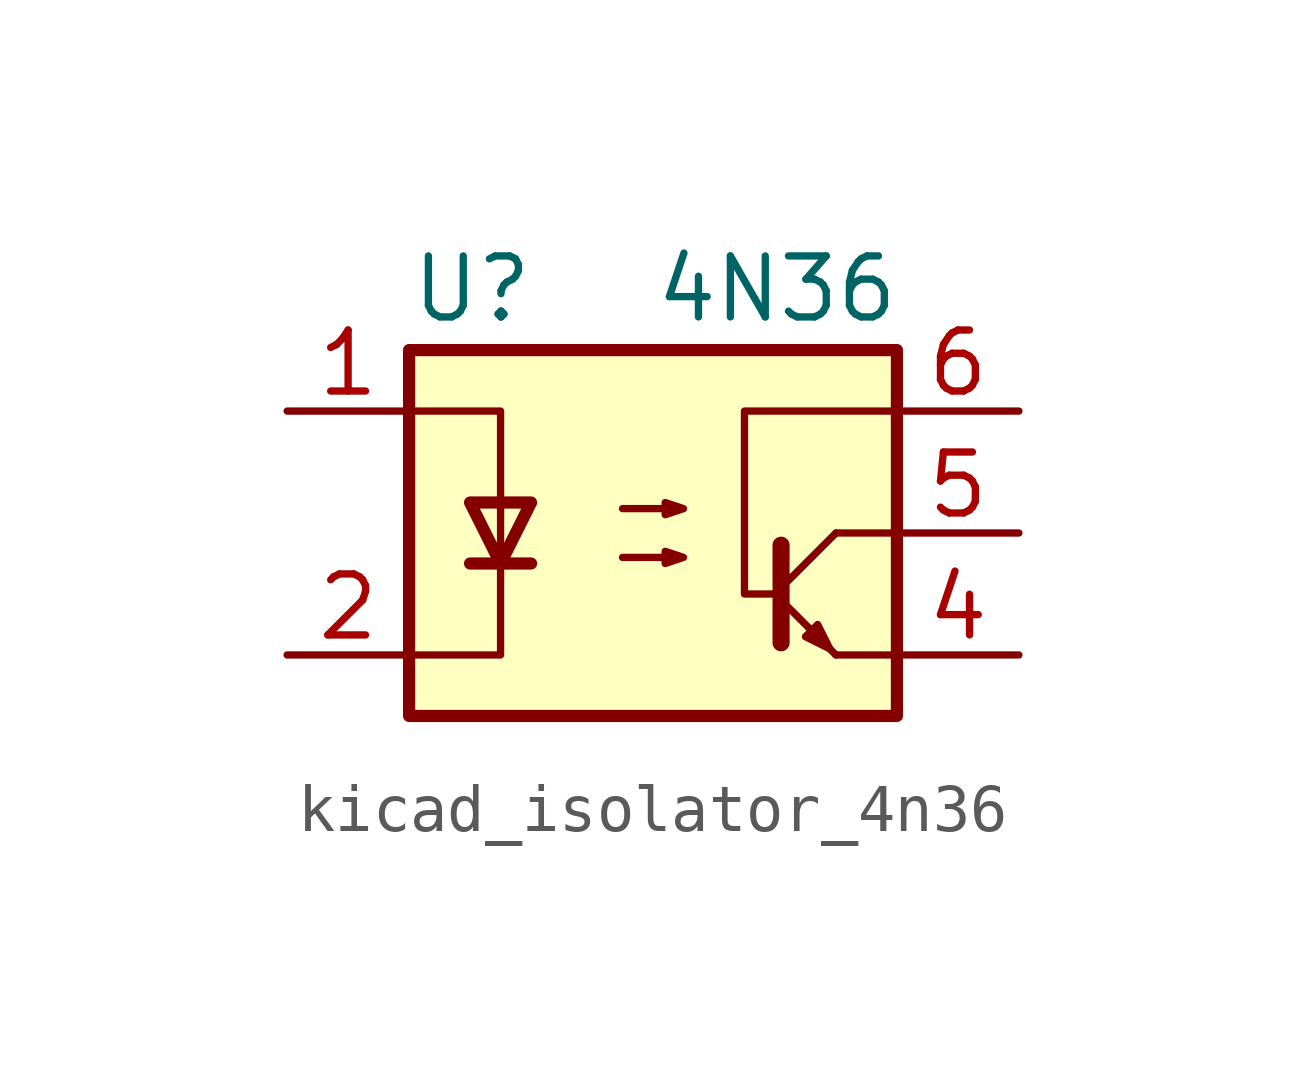
<source format=kicad_sym>
(kicad_symbol_lib
  (version 20220914)
  (generator kicad_symbol_editor)
  (symbol "kicad_isolator_4n36"
    (pin_names
      (offset 1.016))
    (property "Reference" "U"
      (at -5.08 5.08 0)
      (effects (font (size 1.27 1.27)) (justify left)))
    (property "Value" "4N36"
      (at 0 5.08 0)
      (effects (font (size 1.27 1.27)) (justify left)))
    (symbol "kicad_isolator_4n36_0_1"
      (rectangle (start -5.08 3.81) (end 5.08 -3.81) (stroke (width 0.254) (type default)) (fill (type background)))
      (polyline (pts (xy -3.81 -0.635) (xy -2.54 -0.635)) (stroke (width 0.254) (type default)) (fill (type none)))
      (polyline (pts (xy 2.667 -1.397) (xy 3.81 -2.54)) (stroke (width 0) (type default)) (fill (type none)))
      (polyline (pts (xy 2.667 -1.143) (xy 3.81 0)) (stroke (width 0) (type default)) (fill (type none)))
      (polyline (pts (xy 3.81 -2.54) (xy 5.08 -2.54)) (stroke (width 0) (type default)) (fill (type none)))
      (polyline (pts (xy 3.81 0) (xy 5.08 0)) (stroke (width 0) (type default)) (fill (type none)))
      (polyline (pts (xy 2.667 -0.254) (xy 2.667 -2.286) (xy 2.667 -2.286)) (stroke (width 0.356) (type default)) (fill (type none)))
      (polyline (pts (xy -5.08 -2.54) (xy -3.175 -2.54) (xy -3.175 2.54) (xy -5.08 2.54)) (stroke (width 0) (type default)) (fill (type none)))
      (polyline (pts (xy -3.175 -0.635) (xy -3.81 0.635) (xy -2.54 0.635) (xy -3.175 -0.635)) (stroke (width 0.254) (type default)) (fill (type none)))
      (polyline (pts (xy 3.683 -2.413) (xy 3.429 -1.905) (xy 3.175 -2.159) (xy 3.683 -2.413)) (stroke (width 0) (type default)) (fill (type none)))
      (polyline (pts (xy 5.08 2.54) (xy 1.905 2.54) (xy 1.905 -1.27) (xy 2.54 -1.27)) (stroke (width 0) (type default)) (fill (type none)))
      (polyline (pts (xy -0.635 -0.508) (xy 0.635 -0.508) (xy 0.254 -0.635) (xy 0.254 -0.381) (xy 0.635 -0.508)) (stroke (width 0) (type default)) (fill (type none)))
      (polyline (pts (xy -0.635 0.508) (xy 0.635 0.508) (xy 0.254 0.381) (xy 0.254 0.635) (xy 0.635 0.508)) (stroke (width 0) (type default)) (fill (type none))))
    (symbol "kicad_isolator_4n36_1_1"
      (pin passive line (at -7.62 2.54 0) (length 2.54) (name "~" (effects (font (size 1.27 1.27)))) (number "1" (effects (font (size 1.27 1.27)))))
      (pin passive line (at -7.62 -2.54 0) (length 2.54) (name "~" (effects (font (size 1.27 1.27)))) (number "2" (effects (font (size 1.27 1.27)))))
      (pin no_connect line (at -5.08 0 0) (length 2.54) hide (name "NC" (effects (font (size 1.27 1.27)))) (number "3" (effects (font (size 1.27 1.27)))))
      (pin passive line (at 7.62 -2.54 180) (length 2.54) (name "~" (effects (font (size 1.27 1.27)))) (number "4" (effects (font (size 1.27 1.27)))))
      (pin passive line (at 7.62 0 180) (length 2.54) (name "~" (effects (font (size 1.27 1.27)))) (number "5" (effects (font (size 1.27 1.27)))))
      (pin passive line (at 7.62 2.54 180) (length 2.54) (name "~" (effects (font (size 1.27 1.27)))) (number "6" (effects (font (size 1.27 1.27))))))))
</source>
